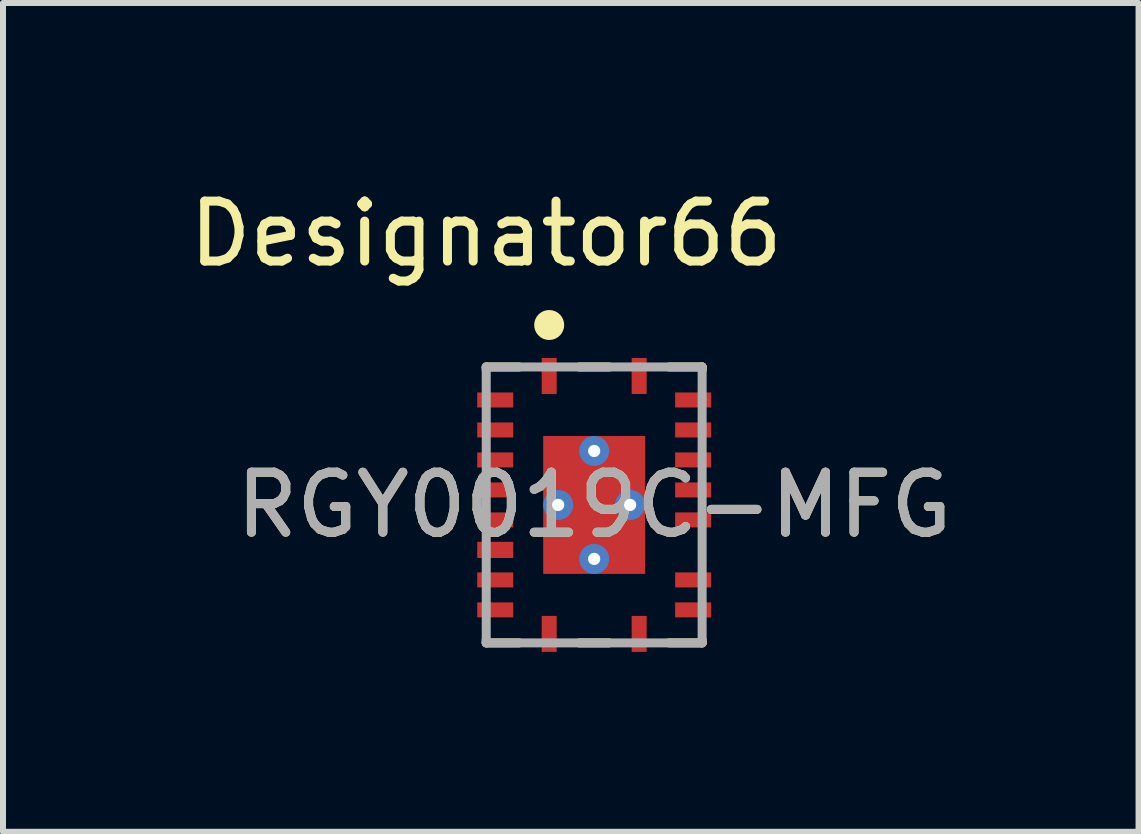
<source format=kicad_pcb>
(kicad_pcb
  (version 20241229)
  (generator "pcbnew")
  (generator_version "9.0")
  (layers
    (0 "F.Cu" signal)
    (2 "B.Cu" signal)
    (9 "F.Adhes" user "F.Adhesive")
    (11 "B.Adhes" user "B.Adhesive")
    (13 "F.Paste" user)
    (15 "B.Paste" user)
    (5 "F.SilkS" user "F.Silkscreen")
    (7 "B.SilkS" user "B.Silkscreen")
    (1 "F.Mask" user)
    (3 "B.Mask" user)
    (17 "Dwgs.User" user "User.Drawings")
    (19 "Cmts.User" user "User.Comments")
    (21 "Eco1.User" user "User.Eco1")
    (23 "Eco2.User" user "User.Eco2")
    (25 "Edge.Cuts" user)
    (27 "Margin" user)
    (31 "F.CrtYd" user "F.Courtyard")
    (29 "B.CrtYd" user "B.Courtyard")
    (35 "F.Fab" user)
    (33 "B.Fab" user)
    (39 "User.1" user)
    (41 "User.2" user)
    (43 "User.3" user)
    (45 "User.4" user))
  (footprint "RGY0019C-MFG"
    (layer "F.Cu")
    (at 6.857 5.369)
    (property "Reference" "RGY0019C-MFG" (at 0 0 0) (unlocked yes) (layer "F.SilkS") (effects (font (size 1 1) (thickness 0.15))))
    (attr smd)
    (fp_line (start -1.8 -2.3) (end -1.25 -2.3) (stroke (width 0.15) (type solid)) (layer "F.SilkS"))
    (fp_line (start -1.8 -2.25) (end -1.8 -2.3) (stroke (width 0.15) (type solid)) (layer "F.SilkS"))
    (fp_line (start -1.8 2.3) (end -1.8 2.25) (stroke (width 0.15) (type solid)) (layer "F.SilkS"))
    (fp_line (start -1.8 2.3) (end -1.25 2.3) (stroke (width 0.15) (type solid)) (layer "F.SilkS"))
    (fp_line (start -0.25 -2.3) (end 0.25 -2.3) (stroke (width 0.15) (type solid)) (layer "F.SilkS"))
    (fp_line (start -0.25 2.3) (end 0.25 2.3) (stroke (width 0.15) (type solid)) (layer "F.SilkS"))
    (fp_line (start 1.25 -2.3) (end 1.8 -2.3) (stroke (width 0.15) (type solid)) (layer "F.SilkS"))
    (fp_line (start 1.25 2.3) (end 1.8 2.3) (stroke (width 0.15) (type solid)) (layer "F.SilkS"))
    (fp_line (start 1.8 -2.25) (end 1.8 -2.3) (stroke (width 0.15) (type solid)) (layer "F.SilkS"))
    (fp_line (start 1.8 2.3) (end 1.8 2.25) (stroke (width 0.15) (type solid)) (layer "F.SilkS"))
    (fp_circle (center -0.75 -3) (end -0.625 -3) (stroke (width 0.25) (type solid)) (fill no) (layer "F.SilkS"))
    (fp_poly (pts (xy -0.775 -1.07) (xy -0.725 -1.12) (xy 0.725 -1.12) (xy 0.775 -1.07) (xy 0.775 -0.15) (xy 0.725 -0.1) (xy -0.725 -0.1) (xy -0.775 -0.15)) (stroke (width 0) (type solid)) (fill yes) (layer "F.Paste"))
    (fp_poly (pts (xy -0.775 0.15) (xy -0.725 0.1) (xy 0.725 0.1) (xy 0.775 0.15) (xy 0.775 1.07) (xy 0.725 1.12) (xy -0.725 1.12) (xy -0.775 1.07)) (stroke (width 0) (type solid)) (fill yes) (layer "F.Paste"))
    (fp_line (start -1.8 -2.3) (end 1.8 -2.3) (stroke (width 0.15) (type solid)) (layer "F.Fab"))
    (fp_line (start -1.8 2.3) (end -1.8 -2.3) (stroke (width 0.15) (type solid)) (layer "F.Fab"))
    (fp_line (start -1.8 2.3) (end 1.8 2.3) (stroke (width 0.15) (type solid)) (layer "F.Fab"))
    (fp_line (start 1.8 2.3) (end 1.8 -2.3) (stroke (width 0.15) (type solid)) (layer "F.Fab"))
    (fp_text user "Designator66" (at -1.803 -4.521 0) (unlocked yes) (layer "F.SilkS") (effects (font (size 1 1) (thickness 0.15))))
    (fp_text user "${REFERENCE}" (at 0 0 0) (unlocked yes) (layer "F.Fab") (effects (font (size 1 1) (thickness 0.15))))
    (pad "1" smd rect (at -0.75 -2.15) (size 0.25 0.6) (layers "F.Cu" "F.Mask" "F.Paste"))
    (pad "2" smd rect (at -1.65 -1.75 90) (size 0.25 0.6) (layers "F.Cu" "F.Mask" "F.Paste"))
    (pad "3" smd rect (at -1.65 -1.25 90) (size 0.25 0.6) (layers "F.Cu" "F.Mask" "F.Paste"))
    (pad "4" smd rect (at -1.65 -0.75 90) (size 0.25 0.6) (layers "F.Cu" "F.Mask" "F.Paste"))
    (pad "5" smd rect (at -1.65 -0.25 90) (size 0.25 0.6) (layers "F.Cu" "F.Mask" "F.Paste"))
    (pad "6" smd rect (at -1.65 0.25 90) (size 0.25 0.6) (layers "F.Cu" "F.Mask" "F.Paste"))
    (pad "7" smd rect (at -1.65 0.75) (size 0.6 0.27) (layers "F.Cu" "F.Mask" "F.Paste"))
    (pad "8" smd rect (at -1.65 1.25 90) (size 0.25 0.6) (layers "F.Cu" "F.Mask" "F.Paste"))
    (pad "9" smd rect (at -1.65 1.75 90) (size 0.25 0.6) (layers "F.Cu" "F.Mask" "F.Paste"))
    (pad "10" smd rect (at -0.75 2.15) (size 0.25 0.6) (layers "F.Cu" "F.Mask" "F.Paste"))
    (pad "11" smd rect (at 0.75 2.15) (size 0.25 0.6) (layers "F.Cu" "F.Mask" "F.Paste"))
    (pad "12" smd rect (at 1.65 1.75 90) (size 0.25 0.6) (layers "F.Cu" "F.Mask" "F.Paste"))
    (pad "13" smd rect (at 1.65 1.25 90) (size 0.25 0.6) (layers "F.Cu" "F.Mask" "F.Paste"))
    (pad "14" smd rect (at 1.65 0.25 90) (size 0.25 0.6) (layers "F.Cu" "F.Mask" "F.Paste"))
    (pad "15" smd rect (at 1.65 -0.25 90) (size 0.25 0.6) (layers "F.Cu" "F.Mask" "F.Paste"))
    (pad "16" smd rect (at 1.65 -0.75 90) (size 0.25 0.6) (layers "F.Cu" "F.Mask" "F.Paste"))
    (pad "17" smd rect (at 1.65 -1.25 90) (size 0.25 0.6) (layers "F.Cu" "F.Mask" "F.Paste"))
    (pad "18" smd rect (at 1.65 -1.75 90) (size 0.25 0.6) (layers "F.Cu" "F.Mask" "F.Paste"))
    (pad "19" smd rect (at 0.75 -2.15) (size 0.25 0.6) (layers "F.Cu" "F.Mask" "F.Paste"))
    (pad "20" smd rect (at 0 0) (size 1.7 2.3) (layers "F.Cu" "F.Mask"))
    (pad "21" thru_hole circle (at -0.6 0) (size 0.5 0.5) (drill 0.203) (layers "*.Cu" "*.Mask"))
    (pad "22" thru_hole circle (at 0.6 0) (size 0.5 0.5) (drill 0.203) (layers "*.Cu" "*.Mask"))
    (pad "23" thru_hole circle (at 0 -0.9) (size 0.5 0.5) (drill 0.203) (layers "*.Cu" "*.Mask"))
    (pad "24" thru_hole circle (at 0 0.9) (size 0.5 0.5) (drill 0.203) (layers "*.Cu" "*.Mask")))
  (gr_rect
    (start -3 -3)
    (end 15.934 10.819)
    (stroke (width 0.1) (type default))
    (fill no)
    (layer "Edge.Cuts")))
</source>
